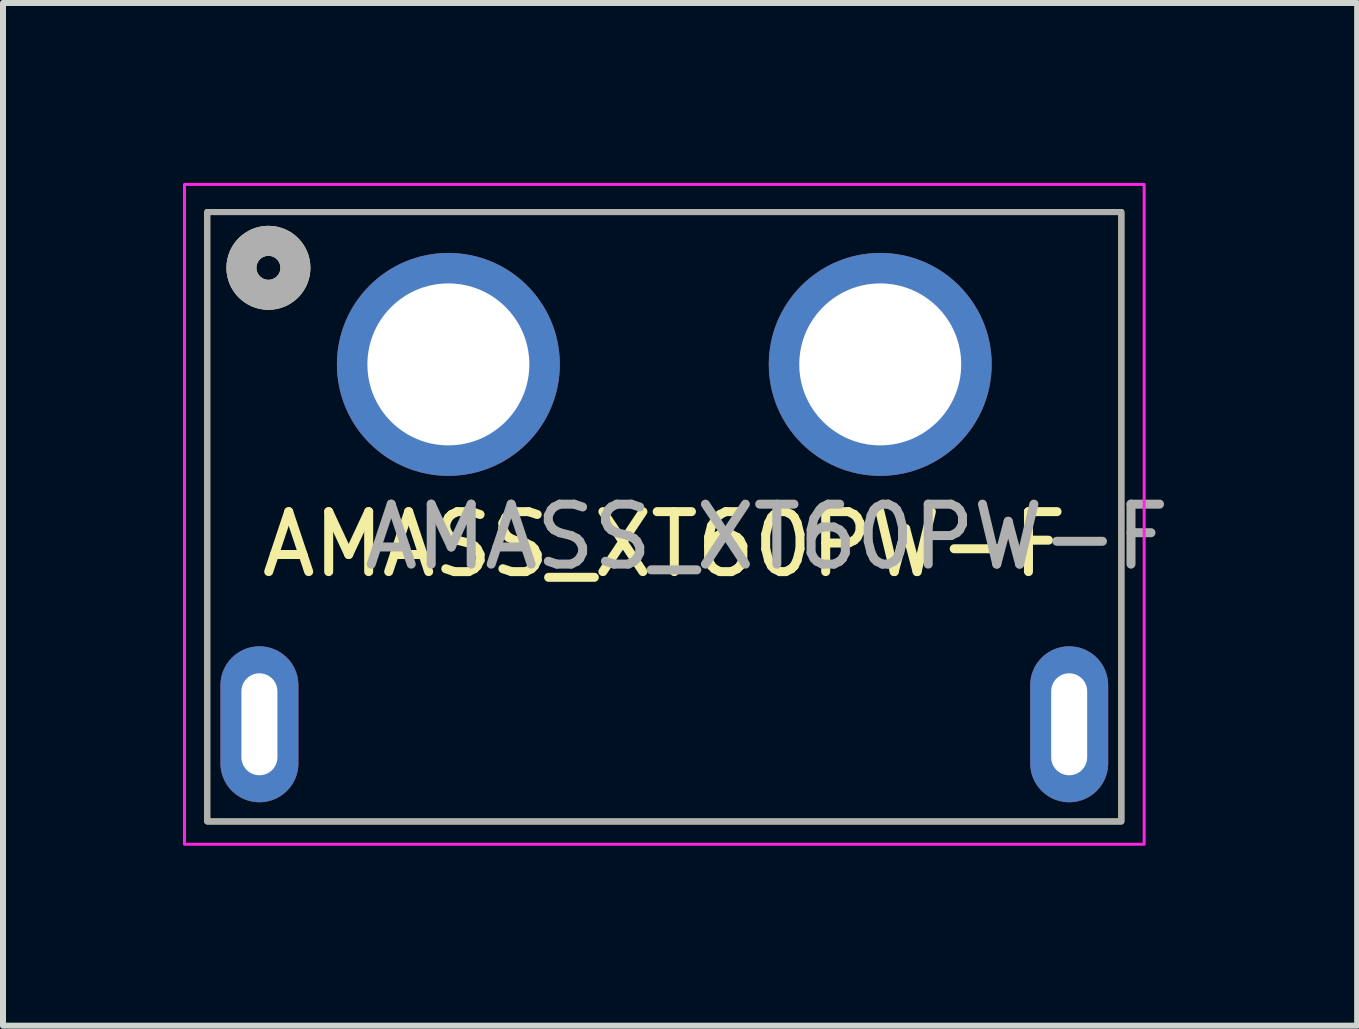
<source format=kicad_pcb>
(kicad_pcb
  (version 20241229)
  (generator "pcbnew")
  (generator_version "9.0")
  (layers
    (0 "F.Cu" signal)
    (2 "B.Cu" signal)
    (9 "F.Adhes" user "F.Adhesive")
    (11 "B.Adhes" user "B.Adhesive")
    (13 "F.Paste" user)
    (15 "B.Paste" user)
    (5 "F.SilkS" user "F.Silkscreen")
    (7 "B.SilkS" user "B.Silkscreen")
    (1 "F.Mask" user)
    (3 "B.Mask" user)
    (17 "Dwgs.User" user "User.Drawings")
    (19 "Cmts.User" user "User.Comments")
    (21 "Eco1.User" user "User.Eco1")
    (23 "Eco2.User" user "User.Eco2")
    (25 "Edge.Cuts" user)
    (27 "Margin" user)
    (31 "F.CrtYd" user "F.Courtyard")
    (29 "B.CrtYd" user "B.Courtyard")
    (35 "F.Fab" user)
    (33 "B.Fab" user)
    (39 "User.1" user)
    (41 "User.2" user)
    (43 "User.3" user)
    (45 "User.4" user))
  (footprint "AMASS_XT60PW-F"
    (layer "F.Cu")
    (at 8.025 5.215)
    (property "Reference" "AMASS_XT60PW-F" (at 0 0.81 0) (layer "F.SilkS") (effects (font (size 1 1) (thickness 0.15))))
    (attr through_hole)
    (fp_rect (start -7.62 -4.73) (end 7.62 5.43) (stroke (width 0.1) (type default)) (fill no) (layer "F.SilkS"))
    (fp_circle (center -6.6 -3.8) (end -6.4 -3.8) (stroke (width 0.5) (type default)) (fill no) (layer "F.SilkS"))
    (fp_rect (start -8 -5.19) (end 8 5.81) (stroke (width 0.05) (type default)) (fill no) (layer "F.CrtYd"))
    (fp_rect (start -7.62 -4.73) (end 7.62 5.43) (stroke (width 0.1) (type default)) (fill no) (layer "F.Fab"))
    (fp_circle (center -6.6 -3.8) (end -6.4 -3.8) (stroke (width 0.5) (type default)) (fill no) (layer "F.Fab"))
    (fp_text user "${REFERENCE}" (at -5.08 1.27 0) (unlocked yes) (layer "F.Fab") (effects (font (size 1 1) (thickness 0.15)) (justify left bottom)))
    (pad "1" thru_hole circle (at -3.6 -2.19) (size 3.716 3.716) (drill 2.7) (layers "*.Cu" "*.Mask"))
    (pad "2" thru_hole circle (at 3.6 -2.19) (size 3.716 3.716) (drill 2.7) (layers "*.Cu" "*.Mask"))
    (pad "S1" thru_hole oval (at -6.75 3.81) (size 1.3 2.6) (drill oval 0.6 1.7) (layers "*.Cu" "*.Mask"))
    (pad "S2" thru_hole oval (at 6.75 3.81) (size 1.3 2.6) (drill oval 0.6 1.7) (layers "*.Cu" "*.Mask")))
  (gr_rect
    (start -3 -3)
    (end 19.576 14.05)
    (stroke (width 0.1) (type default))
    (fill no)
    (layer "Edge.Cuts")))
</source>
